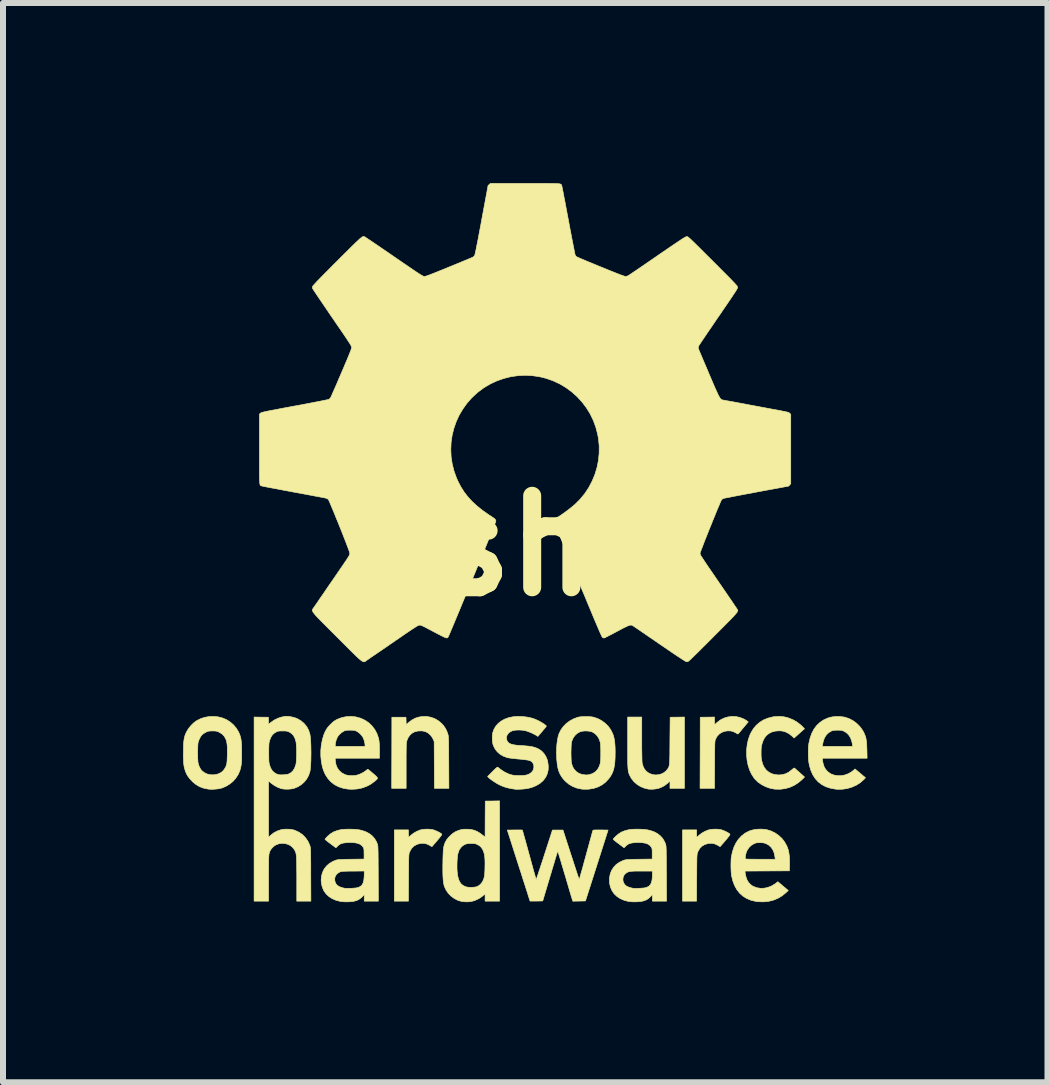
<source format=kicad_pcb>
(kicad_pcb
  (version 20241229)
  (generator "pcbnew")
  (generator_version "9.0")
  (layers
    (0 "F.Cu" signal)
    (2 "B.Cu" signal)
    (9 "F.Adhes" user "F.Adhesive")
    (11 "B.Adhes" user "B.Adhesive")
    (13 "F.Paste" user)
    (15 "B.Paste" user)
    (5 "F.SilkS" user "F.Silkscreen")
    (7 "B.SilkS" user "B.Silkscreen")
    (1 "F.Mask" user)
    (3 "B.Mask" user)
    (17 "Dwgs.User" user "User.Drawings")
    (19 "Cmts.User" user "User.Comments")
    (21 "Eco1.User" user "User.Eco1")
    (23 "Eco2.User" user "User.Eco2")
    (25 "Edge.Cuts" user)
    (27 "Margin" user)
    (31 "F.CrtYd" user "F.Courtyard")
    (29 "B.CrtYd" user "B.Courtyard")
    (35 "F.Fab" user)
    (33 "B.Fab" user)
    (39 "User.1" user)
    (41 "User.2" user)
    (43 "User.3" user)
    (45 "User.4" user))
  (footprint "oshw"
    (layer "F.Cu")
    (at 5.634 6.044)
    (property "Reference" "oshw" (at 0 0 0) (layer "F.SilkS") (effects (font (size 1.524 1.524) (thickness 0.3))))
    (attr through_hole)
    (fp_poly (pts (xy 3.574 2.843) (xy 3.64 2.857) (xy 3.698 2.88) (xy 3.723 2.892) (xy 3.745 2.906) (xy 3.761 2.916) (xy 3.762 2.917) (xy 3.781 2.932) (xy 3.699 3.03) (xy 3.674 3.06) (xy 3.652 3.087) (xy 3.633 3.109) (xy 3.62 3.124) (xy 3.613 3.132) (xy 3.613 3.133) (xy 3.606 3.132) (xy 3.592 3.126) (xy 3.581 3.119) (xy 3.538 3.096) (xy 3.494 3.083) (xy 3.444 3.081) (xy 3.436 3.081) (xy 3.382 3.09) (xy 3.334 3.109) (xy 3.292 3.139) (xy 3.259 3.177) (xy 3.237 3.219) (xy 3.234 3.226) (xy 3.232 3.233) (xy 3.229 3.242) (xy 3.228 3.252) (xy 3.226 3.265) (xy 3.225 3.282) (xy 3.224 3.304) (xy 3.223 3.332) (xy 3.223 3.367) (xy 3.222 3.41) (xy 3.222 3.462) (xy 3.221 3.524) (xy 3.221 3.598) (xy 3.221 3.646) (xy 3.219 4.039) (xy 2.978 4.039) (xy 2.98 3.446) (xy 2.981 2.854) (xy 3.1 2.853) (xy 3.219 2.851) (xy 3.219 2.979) (xy 3.262 2.941) (xy 3.316 2.9) (xy 3.377 2.869) (xy 3.441 2.85) (xy 3.507 2.841) (xy 3.574 2.843)) (stroke (width 0.01) (type solid)) (fill yes) (layer "F.SilkS"))
    (fp_poly (pts (xy -1.543 4.719) (xy -1.5 4.723) (xy -1.471 4.728) (xy -1.447 4.736) (xy -1.42 4.747) (xy -1.391 4.76) (xy -1.364 4.774) (xy -1.342 4.787) (xy -1.328 4.798) (xy -1.325 4.801) (xy -1.324 4.807) (xy -1.328 4.815) (xy -1.336 4.828) (xy -1.35 4.847) (xy -1.37 4.872) (xy -1.398 4.905) (xy -1.403 4.911) (xy -1.428 4.941) (xy -1.451 4.967) (xy -1.469 4.988) (xy -1.482 5.003) (xy -1.488 5.01) (xy -1.489 5.01) (xy -1.495 5.007) (xy -1.509 4.999) (xy -1.527 4.988) (xy -1.574 4.966) (xy -1.622 4.955) (xy -1.672 4.956) (xy -1.697 4.96) (xy -1.748 4.977) (xy -1.791 5.003) (xy -1.827 5.039) (xy -1.854 5.086) (xy -1.864 5.109) (xy -1.867 5.116) (xy -1.869 5.124) (xy -1.87 5.134) (xy -1.872 5.148) (xy -1.873 5.165) (xy -1.874 5.187) (xy -1.875 5.216) (xy -1.876 5.251) (xy -1.876 5.295) (xy -1.877 5.348) (xy -1.877 5.411) (xy -1.878 5.485) (xy -1.878 5.529) (xy -1.88 5.918) (xy -2.115 5.918) (xy -2.115 4.731) (xy -1.88 4.731) (xy -1.88 4.791) (xy -1.879 4.817) (xy -1.878 4.837) (xy -1.877 4.849) (xy -1.876 4.851) (xy -1.87 4.847) (xy -1.857 4.837) (xy -1.839 4.821) (xy -1.834 4.817) (xy -1.794 4.786) (xy -1.746 4.758) (xy -1.695 4.736) (xy -1.667 4.728) (xy -1.631 4.722) (xy -1.588 4.719) (xy -1.543 4.719)) (stroke (width 0.01) (type solid)) (fill yes) (layer "F.SilkS"))
    (fp_poly (pts (xy 3.258 4.719) (xy 3.301 4.723) (xy 3.33 4.728) (xy 3.353 4.736) (xy 3.381 4.747) (xy 3.41 4.76) (xy 3.436 4.774) (xy 3.458 4.787) (xy 3.473 4.798) (xy 3.475 4.801) (xy 3.476 4.807) (xy 3.473 4.815) (xy 3.465 4.828) (xy 3.451 4.847) (xy 3.431 4.872) (xy 3.403 4.905) (xy 3.398 4.911) (xy 3.373 4.941) (xy 3.35 4.967) (xy 3.332 4.988) (xy 3.319 5.003) (xy 3.312 5.01) (xy 3.312 5.01) (xy 3.306 5.007) (xy 3.292 4.999) (xy 3.274 4.988) (xy 3.227 4.966) (xy 3.179 4.955) (xy 3.129 4.956) (xy 3.104 4.96) (xy 3.053 4.977) (xy 3.009 5.003) (xy 2.974 5.039) (xy 2.946 5.086) (xy 2.937 5.109) (xy 2.934 5.116) (xy 2.932 5.124) (xy 2.93 5.134) (xy 2.929 5.148) (xy 2.927 5.165) (xy 2.926 5.187) (xy 2.925 5.216) (xy 2.925 5.251) (xy 2.924 5.295) (xy 2.924 5.348) (xy 2.923 5.411) (xy 2.923 5.485) (xy 2.922 5.529) (xy 2.92 5.918) (xy 2.686 5.918) (xy 2.686 4.731) (xy 2.921 4.731) (xy 2.921 4.791) (xy 2.921 4.817) (xy 2.922 4.837) (xy 2.924 4.849) (xy 2.925 4.851) (xy 2.931 4.847) (xy 2.944 4.837) (xy 2.961 4.821) (xy 2.966 4.817) (xy 3.006 4.786) (xy 3.055 4.758) (xy 3.106 4.736) (xy 3.133 4.728) (xy 3.169 4.722) (xy 3.213 4.719) (xy 3.258 4.719)) (stroke (width 0.01) (type solid)) (fill yes) (layer "F.SilkS"))
    (fp_poly (pts (xy -1.57 2.842) (xy -1.505 2.855) (xy -1.443 2.877) (xy -1.384 2.911) (xy -1.331 2.955) (xy -1.327 2.958) (xy -1.288 3.003) (xy -1.259 3.048) (xy -1.236 3.098) (xy -1.225 3.131) (xy -1.222 3.14) (xy -1.219 3.149) (xy -1.217 3.159) (xy -1.216 3.171) (xy -1.214 3.185) (xy -1.213 3.203) (xy -1.212 3.226) (xy -1.211 3.255) (xy -1.21 3.29) (xy -1.21 3.332) (xy -1.209 3.384) (xy -1.209 3.444) (xy -1.209 3.516) (xy -1.208 3.599) (xy -1.208 3.608) (xy -1.206 4.039) (xy -1.447 4.039) (xy -1.449 3.65) (xy -1.451 3.261) (xy -1.466 3.224) (xy -1.479 3.199) (xy -1.497 3.171) (xy -1.512 3.153) (xy -1.55 3.119) (xy -1.591 3.096) (xy -1.639 3.084) (xy -1.658 3.082) (xy -1.717 3.083) (xy -1.769 3.094) (xy -1.814 3.116) (xy -1.852 3.149) (xy -1.883 3.191) (xy -1.905 3.242) (xy -1.905 3.244) (xy -1.908 3.253) (xy -1.91 3.262) (xy -1.912 3.273) (xy -1.913 3.287) (xy -1.915 3.304) (xy -1.916 3.325) (xy -1.916 3.353) (xy -1.917 3.387) (xy -1.917 3.429) (xy -1.918 3.48) (xy -1.918 3.541) (xy -1.918 3.612) (xy -1.918 3.661) (xy -1.918 4.039) (xy -2.159 4.039) (xy -2.157 3.446) (xy -2.156 2.854) (xy -1.921 2.854) (xy -1.919 2.917) (xy -1.917 2.979) (xy -1.876 2.941) (xy -1.822 2.9) (xy -1.763 2.869) (xy -1.7 2.85) (xy -1.635 2.841) (xy -1.57 2.842)) (stroke (width 0.01) (type solid)) (fill yes) (layer "F.SilkS"))
    (fp_poly (pts (xy 2.718 4.039) (xy 2.477 4.039) (xy 2.477 3.916) (xy 2.436 3.955) (xy 2.384 3.995) (xy 2.326 4.025) (xy 2.279 4.041) (xy 2.242 4.048) (xy 2.2 4.053) (xy 2.159 4.054) (xy 2.124 4.052) (xy 2.118 4.052) (xy 2.049 4.035) (xy 1.984 4.008) (xy 1.927 3.972) (xy 1.877 3.928) (xy 1.836 3.877) (xy 1.821 3.85) (xy 1.811 3.832) (xy 1.803 3.816) (xy 1.797 3.801) (xy 1.791 3.785) (xy 1.786 3.768) (xy 1.782 3.748) (xy 1.779 3.725) (xy 1.777 3.697) (xy 1.775 3.664) (xy 1.773 3.624) (xy 1.773 3.577) (xy 1.772 3.521) (xy 1.772 3.456) (xy 1.772 3.38) (xy 1.772 3.293) (xy 1.772 3.279) (xy 1.772 2.851) (xy 2.007 2.851) (xy 2.007 3.212) (xy 2.007 3.292) (xy 2.007 3.365) (xy 2.008 3.431) (xy 2.009 3.488) (xy 2.01 3.536) (xy 2.011 3.574) (xy 2.012 3.6) (xy 2.013 3.613) (xy 2.028 3.669) (xy 2.051 3.717) (xy 2.084 3.756) (xy 2.126 3.786) (xy 2.136 3.791) (xy 2.185 3.809) (xy 2.236 3.816) (xy 2.286 3.812) (xy 2.334 3.799) (xy 2.378 3.777) (xy 2.415 3.745) (xy 2.427 3.731) (xy 2.436 3.719) (xy 2.444 3.708) (xy 2.451 3.698) (xy 2.456 3.687) (xy 2.461 3.674) (xy 2.464 3.658) (xy 2.467 3.639) (xy 2.47 3.614) (xy 2.472 3.584) (xy 2.473 3.547) (xy 2.474 3.502) (xy 2.475 3.449) (xy 2.475 3.385) (xy 2.476 3.31) (xy 2.476 3.248) (xy 2.48 2.854) (xy 2.599 2.853) (xy 2.718 2.851) (xy 2.718 4.039)) (stroke (width 0.01) (type solid)) (fill yes) (layer "F.SilkS"))
    (fp_poly (pts (xy 4.376 2.847) (xy 4.454 2.867) (xy 4.529 2.898) (xy 4.599 2.939) (xy 4.665 2.992) (xy 4.688 3.015) (xy 4.718 3.046) (xy 4.632 3.123) (xy 4.545 3.201) (xy 4.514 3.172) (xy 4.462 3.13) (xy 4.407 3.101) (xy 4.35 3.084) (xy 4.299 3.08) (xy 4.233 3.085) (xy 4.175 3.1) (xy 4.125 3.125) (xy 4.082 3.16) (xy 4.048 3.205) (xy 4.022 3.26) (xy 4.004 3.322) (xy 3.998 3.362) (xy 3.995 3.41) (xy 3.995 3.461) (xy 3.996 3.512) (xy 4.001 3.556) (xy 4.004 3.572) (xy 4.021 3.635) (xy 4.047 3.689) (xy 4.081 3.734) (xy 4.123 3.769) (xy 4.173 3.795) (xy 4.215 3.807) (xy 4.281 3.816) (xy 4.343 3.812) (xy 4.401 3.797) (xy 4.455 3.77) (xy 4.506 3.73) (xy 4.509 3.728) (xy 4.526 3.713) (xy 4.54 3.703) (xy 4.549 3.7) (xy 4.549 3.7) (xy 4.556 3.706) (xy 4.571 3.718) (xy 4.591 3.736) (xy 4.616 3.758) (xy 4.637 3.777) (xy 4.719 3.85) (xy 4.682 3.888) (xy 4.619 3.942) (xy 4.55 3.987) (xy 4.476 4.021) (xy 4.398 4.043) (xy 4.318 4.054) (xy 4.237 4.053) (xy 4.213 4.051) (xy 4.139 4.036) (xy 4.068 4.01) (xy 4.002 3.976) (xy 3.943 3.935) (xy 3.893 3.886) (xy 3.877 3.866) (xy 3.835 3.801) (xy 3.802 3.729) (xy 3.777 3.65) (xy 3.761 3.566) (xy 3.753 3.481) (xy 3.754 3.394) (xy 3.764 3.308) (xy 3.782 3.225) (xy 3.81 3.147) (xy 3.822 3.121) (xy 3.863 3.051) (xy 3.912 2.991) (xy 3.969 2.941) (xy 4.034 2.9) (xy 4.107 2.87) (xy 4.187 2.849) (xy 4.216 2.845) (xy 4.297 2.84) (xy 4.376 2.847)) (stroke (width 0.01) (type solid)) (fill yes) (layer "F.SilkS"))
    (fp_poly (pts (xy 5.341 2.846) (xy 5.386 2.853) (xy 5.388 2.853) (xy 5.46 2.877) (xy 5.527 2.912) (xy 5.588 2.957) (xy 5.641 3.01) (xy 5.685 3.071) (xy 5.706 3.108) (xy 5.72 3.14) (xy 5.732 3.17) (xy 5.741 3.202) (xy 5.747 3.236) (xy 5.752 3.275) (xy 5.755 3.323) (xy 5.757 3.38) (xy 5.758 3.396) (xy 5.761 3.537) (xy 5.016 3.537) (xy 5.017 3.554) (xy 5.019 3.581) (xy 5.026 3.615) (xy 5.035 3.649) (xy 5.046 3.68) (xy 5.053 3.694) (xy 5.075 3.728) (xy 5.106 3.761) (xy 5.141 3.788) (xy 5.157 3.798) (xy 5.211 3.818) (xy 5.269 3.828) (xy 5.329 3.828) (xy 5.388 3.817) (xy 5.446 3.796) (xy 5.499 3.766) (xy 5.529 3.743) (xy 5.56 3.716) (xy 5.734 3.863) (xy 5.704 3.894) (xy 5.646 3.945) (xy 5.58 3.987) (xy 5.507 4.019) (xy 5.43 4.042) (xy 5.349 4.054) (xy 5.267 4.055) (xy 5.226 4.051) (xy 5.144 4.035) (xy 5.07 4.01) (xy 5.004 3.975) (xy 4.946 3.93) (xy 4.897 3.876) (xy 4.856 3.813) (xy 4.824 3.74) (xy 4.8 3.658) (xy 4.791 3.61) (xy 4.786 3.57) (xy 4.783 3.52) (xy 4.782 3.466) (xy 4.782 3.411) (xy 4.784 3.358) (xy 4.786 3.34) (xy 5.015 3.34) (xy 5.518 3.34) (xy 5.518 3.326) (xy 5.515 3.299) (xy 5.508 3.265) (xy 5.497 3.23) (xy 5.485 3.199) (xy 5.479 3.187) (xy 5.45 3.144) (xy 5.412 3.109) (xy 5.373 3.087) (xy 5.355 3.079) (xy 5.339 3.074) (xy 5.321 3.072) (xy 5.297 3.07) (xy 5.267 3.07) (xy 5.234 3.071) (xy 5.21 3.072) (xy 5.191 3.075) (xy 5.175 3.081) (xy 5.167 3.084) (xy 5.12 3.112) (xy 5.082 3.149) (xy 5.053 3.194) (xy 5.032 3.249) (xy 5.02 3.307) (xy 5.015 3.34) (xy 4.786 3.34) (xy 4.788 3.311) (xy 4.791 3.289) (xy 4.811 3.202) (xy 4.839 3.123) (xy 4.875 3.054) (xy 4.92 2.993) (xy 4.974 2.942) (xy 5.035 2.9) (xy 5.104 2.869) (xy 5.141 2.857) (xy 5.184 2.848) (xy 5.235 2.843) (xy 5.289 2.842) (xy 5.341 2.846)) (stroke (width 0.01) (type solid)) (fill yes) (layer "F.SilkS"))
    (fp_poly (pts (xy 4.045 4.721) (xy 4.087 4.727) (xy 4.16 4.749) (xy 4.228 4.782) (xy 4.289 4.825) (xy 4.344 4.876) (xy 4.389 4.936) (xy 4.425 5.002) (xy 4.447 5.062) (xy 4.458 5.113) (xy 4.466 5.173) (xy 4.469 5.244) (xy 4.469 5.309) (xy 4.467 5.413) (xy 4.097 5.415) (xy 3.727 5.417) (xy 3.728 5.431) (xy 3.73 5.453) (xy 3.736 5.483) (xy 3.744 5.516) (xy 3.754 5.546) (xy 3.762 5.566) (xy 3.784 5.603) (xy 3.815 5.637) (xy 3.851 5.665) (xy 3.865 5.672) (xy 3.922 5.694) (xy 3.982 5.704) (xy 4.044 5.703) (xy 4.105 5.69) (xy 4.166 5.667) (xy 4.223 5.633) (xy 4.241 5.62) (xy 4.274 5.594) (xy 4.347 5.656) (xy 4.374 5.679) (xy 4.399 5.699) (xy 4.418 5.716) (xy 4.431 5.727) (xy 4.434 5.729) (xy 4.448 5.74) (xy 4.41 5.776) (xy 4.345 5.829) (xy 4.275 5.871) (xy 4.198 5.902) (xy 4.117 5.922) (xy 4.033 5.93) (xy 3.944 5.927) (xy 3.901 5.921) (xy 3.823 5.902) (xy 3.754 5.873) (xy 3.692 5.834) (xy 3.638 5.786) (xy 3.592 5.728) (xy 3.554 5.66) (xy 3.525 5.584) (xy 3.504 5.499) (xy 3.502 5.486) (xy 3.498 5.45) (xy 3.495 5.405) (xy 3.493 5.355) (xy 3.493 5.304) (xy 3.494 5.255) (xy 3.496 5.212) (xy 3.497 5.207) (xy 3.73 5.207) (xy 3.731 5.214) (xy 3.738 5.215) (xy 3.757 5.217) (xy 3.787 5.218) (xy 3.827 5.219) (xy 3.875 5.219) (xy 3.932 5.22) (xy 3.983 5.22) (xy 4.231 5.22) (xy 4.226 5.182) (xy 4.214 5.12) (xy 4.193 5.067) (xy 4.163 5.022) (xy 4.124 4.986) (xy 4.076 4.959) (xy 4.067 4.956) (xy 4.043 4.949) (xy 4.015 4.945) (xy 3.977 4.944) (xy 3.975 4.944) (xy 3.944 4.944) (xy 3.922 4.946) (xy 3.903 4.951) (xy 3.884 4.958) (xy 3.877 4.961) (xy 3.829 4.99) (xy 3.791 5.028) (xy 3.761 5.075) (xy 3.751 5.097) (xy 3.745 5.117) (xy 3.739 5.141) (xy 3.734 5.167) (xy 3.731 5.19) (xy 3.73 5.207) (xy 3.497 5.207) (xy 3.499 5.185) (xy 3.517 5.098) (xy 3.543 5.018) (xy 3.578 4.946) (xy 3.62 4.884) (xy 3.671 4.83) (xy 3.728 4.786) (xy 3.793 4.752) (xy 3.823 4.741) (xy 3.873 4.728) (xy 3.929 4.72) (xy 3.988 4.718) (xy 4.045 4.721)) (stroke (width 0.01) (type solid)) (fill yes) (layer "F.SilkS"))
    (fp_poly (pts (xy -2.759 2.848) (xy -2.682 2.869) (xy -2.67 2.873) (xy -2.601 2.906) (xy -2.54 2.948) (xy -2.486 3) (xy -2.441 3.059) (xy -2.405 3.126) (xy -2.38 3.198) (xy -2.371 3.239) (xy -2.368 3.265) (xy -2.365 3.301) (xy -2.363 3.346) (xy -2.362 3.396) (xy -2.362 3.412) (xy -2.362 3.537) (xy -3.101 3.537) (xy -3.097 3.583) (xy -3.087 3.643) (xy -3.067 3.695) (xy -3.036 3.74) (xy -2.996 3.777) (xy -2.947 3.805) (xy -2.933 3.811) (xy -2.898 3.821) (xy -2.856 3.826) (xy -2.811 3.828) (xy -2.769 3.825) (xy -2.755 3.823) (xy -2.712 3.811) (xy -2.666 3.792) (xy -2.622 3.768) (xy -2.593 3.747) (xy -2.576 3.734) (xy -2.562 3.724) (xy -2.556 3.721) (xy -2.55 3.725) (xy -2.536 3.736) (xy -2.516 3.752) (xy -2.491 3.773) (xy -2.47 3.791) (xy -2.438 3.818) (xy -2.416 3.839) (xy -2.402 3.854) (xy -2.396 3.866) (xy -2.397 3.877) (xy -2.406 3.889) (xy -2.421 3.903) (xy -2.437 3.917) (xy -2.504 3.967) (xy -2.577 4.006) (xy -2.656 4.034) (xy -2.739 4.05) (xy -2.825 4.055) (xy -2.892 4.051) (xy -2.973 4.036) (xy -3.047 4.011) (xy -3.113 3.976) (xy -3.171 3.931) (xy -3.221 3.876) (xy -3.263 3.812) (xy -3.295 3.74) (xy -3.314 3.68) (xy -3.331 3.591) (xy -3.34 3.5) (xy -3.34 3.408) (xy -3.331 3.317) (xy -3.331 3.316) (xy -3.099 3.316) (xy -3.099 3.34) (xy -2.603 3.34) (xy -2.603 3.316) (xy -2.606 3.287) (xy -2.614 3.253) (xy -2.625 3.218) (xy -2.636 3.193) (xy -2.658 3.159) (xy -2.689 3.126) (xy -2.723 3.099) (xy -2.742 3.088) (xy -2.759 3.08) (xy -2.774 3.075) (xy -2.791 3.072) (xy -2.813 3.071) (xy -2.843 3.07) (xy -2.851 3.07) (xy -2.884 3.07) (xy -2.907 3.072) (xy -2.925 3.074) (xy -2.94 3.079) (xy -2.956 3.086) (xy -2.96 3.088) (xy -2.994 3.11) (xy -3.027 3.139) (xy -3.055 3.173) (xy -3.066 3.193) (xy -3.079 3.223) (xy -3.09 3.258) (xy -3.097 3.292) (xy -3.099 3.316) (xy -3.331 3.316) (xy -3.314 3.23) (xy -3.29 3.148) (xy -3.266 3.092) (xy -3.25 3.063) (xy -3.235 3.039) (xy -3.218 3.016) (xy -3.195 2.991) (xy -3.178 2.974) (xy -3.151 2.947) (xy -3.128 2.927) (xy -3.106 2.912) (xy -3.083 2.898) (xy -3.067 2.89) (xy -2.993 2.861) (xy -2.916 2.845) (xy -2.838 2.84) (xy -2.759 2.848)) (stroke (width 0.01) (type solid)) (fill yes) (layer "F.SilkS"))
    (fp_poly (pts (xy 1.123 2.844) (xy 1.167 2.847) (xy 1.202 2.853) (xy 1.202 2.853) (xy 1.272 2.876) (xy 1.337 2.91) (xy 1.395 2.953) (xy 1.447 3.003) (xy 1.489 3.061) (xy 1.521 3.124) (xy 1.533 3.156) (xy 1.544 3.196) (xy 1.552 3.239) (xy 1.558 3.286) (xy 1.562 3.34) (xy 1.564 3.403) (xy 1.564 3.448) (xy 1.563 3.528) (xy 1.559 3.597) (xy 1.552 3.656) (xy 1.542 3.708) (xy 1.528 3.755) (xy 1.51 3.797) (xy 1.488 3.836) (xy 1.46 3.875) (xy 1.456 3.88) (xy 1.404 3.936) (xy 1.345 3.981) (xy 1.28 4.015) (xy 1.208 4.039) (xy 1.129 4.052) (xy 1.104 4.054) (xy 1.072 4.054) (xy 1.038 4.054) (xy 1.01 4.052) (xy 1.004 4.051) (xy 0.927 4.035) (xy 0.857 4.008) (xy 0.794 3.971) (xy 0.736 3.922) (xy 0.703 3.887) (xy 0.672 3.846) (xy 0.646 3.802) (xy 0.626 3.755) (xy 0.61 3.701) (xy 0.599 3.639) (xy 0.592 3.567) (xy 0.59 3.546) (xy 0.587 3.463) (xy 0.587 3.449) (xy 0.828 3.449) (xy 0.829 3.495) (xy 0.83 3.538) (xy 0.832 3.576) (xy 0.835 3.606) (xy 0.837 3.623) (xy 0.855 3.678) (xy 0.883 3.725) (xy 0.919 3.762) (xy 0.962 3.79) (xy 1.013 3.808) (xy 1.07 3.815) (xy 1.073 3.816) (xy 1.099 3.815) (xy 1.126 3.812) (xy 1.136 3.81) (xy 1.188 3.792) (xy 1.233 3.764) (xy 1.269 3.727) (xy 1.296 3.68) (xy 1.315 3.626) (xy 1.318 3.605) (xy 1.321 3.575) (xy 1.323 3.536) (xy 1.324 3.493) (xy 1.324 3.447) (xy 1.324 3.402) (xy 1.323 3.358) (xy 1.321 3.32) (xy 1.318 3.29) (xy 1.315 3.27) (xy 1.296 3.216) (xy 1.269 3.17) (xy 1.233 3.132) (xy 1.191 3.104) (xy 1.176 3.098) (xy 1.139 3.088) (xy 1.095 3.083) (xy 1.05 3.083) (xy 1.007 3.089) (xy 0.977 3.098) (xy 0.933 3.122) (xy 0.895 3.157) (xy 0.864 3.2) (xy 0.842 3.252) (xy 0.837 3.27) (xy 0.834 3.291) (xy 0.832 3.322) (xy 0.83 3.36) (xy 0.829 3.403) (xy 0.828 3.449) (xy 0.587 3.449) (xy 0.588 3.383) (xy 0.593 3.307) (xy 0.602 3.237) (xy 0.614 3.176) (xy 0.628 3.13) (xy 0.658 3.069) (xy 0.697 3.013) (xy 0.746 2.962) (xy 0.803 2.919) (xy 0.865 2.884) (xy 0.932 2.858) (xy 0.95 2.853) (xy 0.985 2.847) (xy 1.029 2.844) (xy 1.076 2.843) (xy 1.123 2.844)) (stroke (width 0.01) (type solid)) (fill yes) (layer "F.SilkS"))
    (fp_poly (pts (xy -0.362 5.918) (xy -0.603 5.918) (xy -0.603 5.797) (xy -0.64 5.829) (xy -0.679 5.859) (xy -0.726 5.886) (xy -0.776 5.908) (xy -0.822 5.921) (xy -0.877 5.929) (xy -0.936 5.929) (xy -0.991 5.923) (xy -1.002 5.921) (xy -1.062 5.902) (xy -1.119 5.872) (xy -1.171 5.833) (xy -1.217 5.786) (xy -1.253 5.733) (xy -1.28 5.676) (xy -1.285 5.66) (xy -1.292 5.63) (xy -1.298 5.594) (xy -1.302 5.551) (xy -1.305 5.5) (xy -1.307 5.439) (xy -1.307 5.368) (xy -1.307 5.316) (xy -1.071 5.316) (xy -1.071 5.367) (xy -1.069 5.413) (xy -1.067 5.434) (xy -1.059 5.498) (xy -1.046 5.55) (xy -1.028 5.593) (xy -1.005 5.627) (xy -0.976 5.653) (xy -0.94 5.672) (xy -0.926 5.678) (xy -0.896 5.685) (xy -0.859 5.688) (xy -0.819 5.688) (xy -0.78 5.685) (xy -0.747 5.679) (xy -0.73 5.673) (xy -0.696 5.651) (xy -0.665 5.621) (xy -0.642 5.586) (xy -0.641 5.584) (xy -0.631 5.561) (xy -0.623 5.54) (xy -0.617 5.517) (xy -0.612 5.49) (xy -0.609 5.458) (xy -0.607 5.419) (xy -0.605 5.369) (xy -0.605 5.35) (xy -0.604 5.286) (xy -0.605 5.233) (xy -0.608 5.188) (xy -0.613 5.151) (xy -0.62 5.118) (xy -0.63 5.089) (xy -0.641 5.063) (xy -0.661 5.03) (xy -0.685 5.004) (xy -0.716 4.983) (xy -0.737 4.973) (xy -0.755 4.965) (xy -0.772 4.96) (xy -0.792 4.958) (xy -0.819 4.957) (xy -0.835 4.957) (xy -0.87 4.958) (xy -0.897 4.961) (xy -0.92 4.966) (xy -0.934 4.971) (xy -0.975 4.994) (xy -1.009 5.027) (xy -1.036 5.069) (xy -1.054 5.122) (xy -1.058 5.136) (xy -1.063 5.171) (xy -1.067 5.215) (xy -1.07 5.264) (xy -1.071 5.316) (xy -1.307 5.316) (xy -1.306 5.286) (xy -1.306 5.272) (xy -1.305 5.205) (xy -1.303 5.15) (xy -1.301 5.103) (xy -1.299 5.065) (xy -1.295 5.033) (xy -1.29 5.006) (xy -1.284 4.983) (xy -1.276 4.96) (xy -1.267 4.938) (xy -1.262 4.928) (xy -1.241 4.892) (xy -1.211 4.855) (xy -1.175 4.819) (xy -1.137 4.787) (xy -1.099 4.763) (xy -1.094 4.76) (xy -1.047 4.74) (xy -1.003 4.727) (xy -0.955 4.72) (xy -0.901 4.72) (xy -0.892 4.72) (xy -0.835 4.725) (xy -0.784 4.737) (xy -0.736 4.757) (xy -0.688 4.786) (xy -0.637 4.824) (xy -0.633 4.827) (xy -0.603 4.852) (xy -0.602 4.552) (xy -0.6 4.251) (xy -0.481 4.25) (xy -0.362 4.248) (xy -0.362 5.918)) (stroke (width 0.01) (type solid)) (fill yes) (layer "F.SilkS"))
    (fp_poly (pts (xy -0.01 4.732) (xy 0.009 4.733) (xy 0.017 4.733) (xy 0.018 4.734) (xy 0.02 4.74) (xy 0.025 4.758) (xy 0.033 4.786) (xy 0.043 4.823) (xy 0.056 4.868) (xy 0.071 4.921) (xy 0.087 4.98) (xy 0.105 5.044) (xy 0.123 5.112) (xy 0.133 5.146) (xy 0.152 5.216) (xy 0.17 5.282) (xy 0.187 5.343) (xy 0.202 5.399) (xy 0.216 5.448) (xy 0.228 5.489) (xy 0.237 5.522) (xy 0.244 5.545) (xy 0.247 5.557) (xy 0.248 5.559) (xy 0.25 5.553) (xy 0.256 5.537) (xy 0.265 5.51) (xy 0.278 5.474) (xy 0.292 5.43) (xy 0.309 5.379) (xy 0.328 5.321) (xy 0.349 5.259) (xy 0.371 5.191) (xy 0.385 5.148) (xy 0.519 4.734) (xy 0.695 4.734) (xy 0.828 5.145) (xy 0.851 5.214) (xy 0.872 5.28) (xy 0.892 5.341) (xy 0.91 5.396) (xy 0.926 5.445) (xy 0.94 5.486) (xy 0.951 5.519) (xy 0.959 5.542) (xy 0.964 5.554) (xy 0.965 5.556) (xy 0.967 5.55) (xy 0.973 5.533) (xy 0.981 5.506) (xy 0.991 5.469) (xy 1.004 5.424) (xy 1.019 5.372) (xy 1.035 5.313) (xy 1.052 5.25) (xy 1.071 5.182) (xy 1.08 5.149) (xy 1.099 5.08) (xy 1.117 5.014) (xy 1.134 4.952) (xy 1.149 4.897) (xy 1.163 4.848) (xy 1.174 4.806) (xy 1.183 4.773) (xy 1.19 4.75) (xy 1.194 4.738) (xy 1.194 4.737) (xy 1.202 4.735) (xy 1.22 4.733) (xy 1.249 4.732) (xy 1.286 4.732) (xy 1.322 4.732) (xy 1.446 4.734) (xy 1.258 5.324) (xy 1.069 5.915) (xy 0.964 5.917) (xy 0.858 5.919) (xy 0.852 5.898) (xy 0.849 5.888) (xy 0.842 5.867) (xy 0.833 5.837) (xy 0.821 5.797) (xy 0.807 5.75) (xy 0.791 5.696) (xy 0.774 5.637) (xy 0.755 5.574) (xy 0.737 5.512) (xy 0.712 5.429) (xy 0.691 5.358) (xy 0.673 5.298) (xy 0.658 5.247) (xy 0.645 5.205) (xy 0.635 5.171) (xy 0.626 5.144) (xy 0.62 5.123) (xy 0.615 5.109) (xy 0.612 5.098) (xy 0.609 5.092) (xy 0.608 5.089) (xy 0.606 5.088) (xy 0.606 5.088) (xy 0.603 5.095) (xy 0.598 5.112) (xy 0.589 5.14) (xy 0.578 5.177) (xy 0.564 5.222) (xy 0.549 5.274) (xy 0.531 5.333) (xy 0.512 5.396) (xy 0.492 5.464) (xy 0.48 5.503) (xy 0.357 5.915) (xy 0.251 5.917) (xy 0.216 5.917) (xy 0.186 5.917) (xy 0.163 5.917) (xy 0.149 5.917) (xy 0.146 5.917) (xy 0.144 5.911) (xy 0.138 5.893) (xy 0.129 5.865) (xy 0.117 5.828) (xy 0.103 5.781) (xy 0.085 5.727) (xy 0.066 5.666) (xy 0.044 5.598) (xy 0.02 5.525) (xy -0.004 5.447) (xy -0.031 5.365) (xy -0.044 5.324) (xy -0.233 4.734) (xy -0.109 4.732) (xy -0.071 4.732) (xy -0.037 4.732) (xy -0.01 4.732)) (stroke (width 0.01) (type solid)) (fill yes) (layer "F.SilkS"))
    (fp_poly (pts (xy -5.045 2.849) (xy -4.973 2.868) (xy -4.908 2.896) (xy -4.848 2.935) (xy -4.793 2.983) (xy -4.747 3.038) (xy -4.71 3.099) (xy -4.699 3.123) (xy -4.687 3.153) (xy -4.678 3.184) (xy -4.67 3.217) (xy -4.665 3.253) (xy -4.661 3.296) (xy -4.659 3.346) (xy -4.658 3.406) (xy -4.658 3.442) (xy -4.658 3.504) (xy -4.659 3.555) (xy -4.661 3.598) (xy -4.664 3.634) (xy -4.669 3.667) (xy -4.675 3.696) (xy -4.683 3.726) (xy -4.69 3.749) (xy -4.717 3.81) (xy -4.755 3.868) (xy -4.801 3.921) (xy -4.856 3.966) (xy -4.916 4.003) (xy -4.98 4.031) (xy -5.007 4.038) (xy -5.048 4.047) (xy -5.097 4.052) (xy -5.146 4.055) (xy -5.193 4.054) (xy -5.218 4.051) (xy -5.292 4.036) (xy -5.359 4.011) (xy -5.42 3.975) (xy -5.477 3.928) (xy -5.486 3.918) (xy -5.525 3.876) (xy -5.555 3.836) (xy -5.578 3.796) (xy -5.596 3.751) (xy -5.597 3.749) (xy -5.606 3.719) (xy -5.614 3.691) (xy -5.619 3.662) (xy -5.624 3.63) (xy -5.626 3.594) (xy -5.628 3.55) (xy -5.629 3.498) (xy -5.629 3.454) (xy -5.391 3.454) (xy -5.391 3.498) (xy -5.39 3.539) (xy -5.388 3.573) (xy -5.386 3.6) (xy -5.385 3.609) (xy -5.376 3.646) (xy -5.361 3.684) (xy -5.342 3.719) (xy -5.321 3.745) (xy -5.321 3.745) (xy -5.281 3.777) (xy -5.233 3.8) (xy -5.182 3.812) (xy -5.128 3.814) (xy -5.075 3.806) (xy -5.044 3.796) (xy -5.008 3.779) (xy -4.981 3.76) (xy -4.957 3.734) (xy -4.944 3.715) (xy -4.931 3.695) (xy -4.921 3.675) (xy -4.913 3.655) (xy -4.907 3.632) (xy -4.903 3.604) (xy -4.9 3.57) (xy -4.899 3.526) (xy -4.897 3.475) (xy -4.897 3.415) (xy -4.897 3.365) (xy -4.899 3.325) (xy -4.903 3.291) (xy -4.908 3.263) (xy -4.915 3.237) (xy -4.925 3.213) (xy -4.927 3.208) (xy -4.953 3.166) (xy -4.986 3.133) (xy -5.029 3.106) (xy -5.035 3.103) (xy -5.055 3.094) (xy -5.072 3.088) (xy -5.09 3.085) (xy -5.112 3.083) (xy -5.143 3.083) (xy -5.144 3.083) (xy -5.175 3.083) (xy -5.197 3.085) (xy -5.215 3.088) (xy -5.232 3.094) (xy -5.252 3.103) (xy -5.252 3.103) (xy -5.277 3.117) (xy -5.302 3.133) (xy -5.318 3.147) (xy -5.34 3.175) (xy -5.36 3.211) (xy -5.376 3.25) (xy -5.385 3.282) (xy -5.387 3.302) (xy -5.389 3.331) (xy -5.39 3.369) (xy -5.391 3.41) (xy -5.391 3.454) (xy -5.629 3.454) (xy -5.629 3.442) (xy -5.628 3.375) (xy -5.627 3.318) (xy -5.624 3.271) (xy -5.619 3.231) (xy -5.612 3.195) (xy -5.604 3.163) (xy -5.592 3.132) (xy -5.578 3.101) (xy -5.575 3.096) (xy -5.546 3.047) (xy -5.508 2.999) (xy -5.465 2.955) (xy -5.419 2.919) (xy -5.408 2.912) (xy -5.343 2.879) (xy -5.273 2.856) (xy -5.198 2.843) (xy -5.121 2.841) (xy -5.045 2.849)) (stroke (width 0.01) (type solid)) (fill yes) (layer "F.SilkS"))
    (fp_poly (pts (xy 1.989 4.72) (xy 2.044 4.723) (xy 2.094 4.729) (xy 2.133 4.737) (xy 2.204 4.759) (xy 2.264 4.79) (xy 2.314 4.828) (xy 2.356 4.874) (xy 2.388 4.929) (xy 2.405 4.97) (xy 2.407 4.977) (xy 2.409 4.986) (xy 2.41 4.997) (xy 2.412 5.012) (xy 2.413 5.032) (xy 2.414 5.057) (xy 2.415 5.088) (xy 2.415 5.127) (xy 2.416 5.174) (xy 2.416 5.23) (xy 2.417 5.296) (xy 2.417 5.372) (xy 2.418 5.459) (xy 2.42 5.918) (xy 2.184 5.918) (xy 2.184 5.809) (xy 2.152 5.844) (xy 2.117 5.876) (xy 2.077 5.9) (xy 2.029 5.916) (xy 2.003 5.922) (xy 1.957 5.927) (xy 1.904 5.93) (xy 1.851 5.929) (xy 1.802 5.925) (xy 1.781 5.922) (xy 1.71 5.903) (xy 1.647 5.875) (xy 1.593 5.839) (xy 1.547 5.796) (xy 1.512 5.744) (xy 1.486 5.686) (xy 1.471 5.622) (xy 1.469 5.597) (xy 1.469 5.547) (xy 1.693 5.547) (xy 1.695 5.583) (xy 1.707 5.617) (xy 1.729 5.647) (xy 1.749 5.665) (xy 1.774 5.678) (xy 1.807 5.69) (xy 1.844 5.7) (xy 1.87 5.705) (xy 1.888 5.706) (xy 1.916 5.706) (xy 1.949 5.705) (xy 1.984 5.703) (xy 2.017 5.701) (xy 2.045 5.698) (xy 2.061 5.696) (xy 2.097 5.685) (xy 2.127 5.668) (xy 2.15 5.645) (xy 2.166 5.613) (xy 2.177 5.572) (xy 2.183 5.521) (xy 2.184 5.472) (xy 2.184 5.417) (xy 2.008 5.417) (xy 1.949 5.417) (xy 1.901 5.417) (xy 1.862 5.419) (xy 1.832 5.421) (xy 1.807 5.425) (xy 1.788 5.429) (xy 1.771 5.436) (xy 1.756 5.444) (xy 1.742 5.454) (xy 1.716 5.48) (xy 1.699 5.512) (xy 1.693 5.547) (xy 1.469 5.547) (xy 1.47 5.528) (xy 1.482 5.464) (xy 1.505 5.405) (xy 1.539 5.353) (xy 1.582 5.307) (xy 1.636 5.27) (xy 1.699 5.24) (xy 1.714 5.235) (xy 1.726 5.232) (xy 1.739 5.229) (xy 1.755 5.227) (xy 1.777 5.225) (xy 1.805 5.224) (xy 1.84 5.223) (xy 1.885 5.221) (xy 1.941 5.22) (xy 1.965 5.22) (xy 2.181 5.217) (xy 2.181 5.131) (xy 2.181 5.096) (xy 2.18 5.071) (xy 2.179 5.053) (xy 2.176 5.04) (xy 2.171 5.028) (xy 2.164 5.016) (xy 2.164 5.015) (xy 2.14 4.988) (xy 2.106 4.966) (xy 2.06 4.951) (xy 2.004 4.943) (xy 1.938 4.941) (xy 1.915 4.942) (xy 1.866 4.946) (xy 1.828 4.952) (xy 1.797 4.961) (xy 1.772 4.975) (xy 1.749 4.993) (xy 1.744 4.998) (xy 1.712 5.029) (xy 1.622 4.961) (xy 1.592 4.939) (xy 1.567 4.919) (xy 1.547 4.903) (xy 1.535 4.891) (xy 1.531 4.887) (xy 1.535 4.88) (xy 1.546 4.866) (xy 1.563 4.849) (xy 1.577 4.835) (xy 1.623 4.796) (xy 1.674 4.765) (xy 1.731 4.743) (xy 1.783 4.73) (xy 1.825 4.723) (xy 1.875 4.72) (xy 1.931 4.719) (xy 1.989 4.72)) (stroke (width 0.01) (type solid)) (fill yes) (layer "F.SilkS"))
    (fp_poly (pts (xy -2.812 4.72) (xy -2.757 4.723) (xy -2.707 4.729) (xy -2.667 4.737) (xy -2.597 4.759) (xy -2.537 4.79) (xy -2.486 4.828) (xy -2.445 4.874) (xy -2.412 4.929) (xy -2.396 4.97) (xy -2.394 4.977) (xy -2.392 4.986) (xy -2.39 4.997) (xy -2.389 5.012) (xy -2.388 5.032) (xy -2.387 5.057) (xy -2.386 5.088) (xy -2.385 5.127) (xy -2.385 5.174) (xy -2.384 5.23) (xy -2.384 5.296) (xy -2.383 5.372) (xy -2.383 5.459) (xy -2.381 5.918) (xy -2.616 5.918) (xy -2.616 5.809) (xy -2.648 5.844) (xy -2.684 5.876) (xy -2.724 5.9) (xy -2.772 5.916) (xy -2.798 5.922) (xy -2.844 5.927) (xy -2.896 5.93) (xy -2.949 5.929) (xy -2.998 5.925) (xy -3.019 5.921) (xy -3.087 5.904) (xy -3.149 5.877) (xy -3.204 5.842) (xy -3.25 5.799) (xy -3.286 5.751) (xy -3.291 5.741) (xy -3.307 5.705) (xy -3.321 5.661) (xy -3.33 5.616) (xy -3.334 5.574) (xy -3.334 5.57) (xy -3.333 5.561) (xy -3.109 5.561) (xy -3.101 5.6) (xy -3.086 5.631) (xy -3.064 5.656) (xy -3.03 5.677) (xy -2.987 5.693) (xy -2.944 5.703) (xy -2.92 5.705) (xy -2.887 5.705) (xy -2.85 5.705) (xy -2.811 5.703) (xy -2.775 5.7) (xy -2.746 5.697) (xy -2.74 5.696) (xy -2.703 5.685) (xy -2.674 5.668) (xy -2.651 5.645) (xy -2.634 5.613) (xy -2.624 5.573) (xy -2.618 5.522) (xy -2.616 5.472) (xy -2.616 5.416) (xy -2.805 5.418) (xy -2.859 5.418) (xy -2.902 5.419) (xy -2.935 5.42) (xy -2.961 5.421) (xy -2.98 5.422) (xy -2.994 5.424) (xy -3.005 5.426) (xy -3.015 5.43) (xy -3.025 5.434) (xy -3.03 5.436) (xy -3.065 5.459) (xy -3.09 5.489) (xy -3.105 5.523) (xy -3.109 5.561) (xy -3.333 5.561) (xy -3.328 5.501) (xy -3.311 5.438) (xy -3.283 5.382) (xy -3.244 5.332) (xy -3.196 5.29) (xy -3.139 5.256) (xy -3.086 5.235) (xy -3.075 5.232) (xy -3.062 5.229) (xy -3.045 5.227) (xy -3.024 5.225) (xy -2.996 5.224) (xy -2.96 5.223) (xy -2.915 5.221) (xy -2.86 5.22) (xy -2.835 5.22) (xy -2.619 5.217) (xy -2.619 5.131) (xy -2.62 5.096) (xy -2.62 5.071) (xy -2.622 5.053) (xy -2.625 5.04) (xy -2.63 5.028) (xy -2.637 5.016) (xy -2.637 5.015) (xy -2.661 4.988) (xy -2.695 4.966) (xy -2.74 4.951) (xy -2.796 4.943) (xy -2.863 4.941) (xy -2.886 4.942) (xy -2.934 4.946) (xy -2.973 4.952) (xy -3.003 4.961) (xy -3.029 4.975) (xy -3.052 4.993) (xy -3.057 4.998) (xy -3.088 5.029) (xy -3.179 4.961) (xy -3.208 4.939) (xy -3.234 4.919) (xy -3.253 4.903) (xy -3.266 4.891) (xy -3.27 4.887) (xy -3.266 4.88) (xy -3.254 4.866) (xy -3.238 4.849) (xy -3.224 4.835) (xy -3.178 4.796) (xy -3.127 4.765) (xy -3.069 4.743) (xy -3.018 4.73) (xy -2.976 4.723) (xy -2.925 4.72) (xy -2.87 4.719) (xy -2.812 4.72)) (stroke (width 0.01) (type solid)) (fill yes) (layer "F.SilkS"))
    (fp_poly (pts (xy 0.019 2.843) (xy 0.033 2.844) (xy 0.105 2.853) (xy 0.168 2.867) (xy 0.226 2.886) (xy 0.276 2.908) (xy 0.307 2.924) (xy 0.337 2.941) (xy 0.365 2.959) (xy 0.389 2.975) (xy 0.407 2.989) (xy 0.417 3) (xy 0.418 3.004) (xy 0.413 3.01) (xy 0.402 3.025) (xy 0.385 3.046) (xy 0.364 3.071) (xy 0.346 3.092) (xy 0.276 3.174) (xy 0.257 3.161) (xy 0.228 3.144) (xy 0.191 3.125) (xy 0.15 3.107) (xy 0.111 3.092) (xy 0.077 3.081) (xy 0.074 3.08) (xy 0.025 3.071) (xy -0.027 3.067) (xy -0.079 3.068) (xy -0.126 3.074) (xy -0.148 3.08) (xy -0.185 3.097) (xy -0.214 3.121) (xy -0.235 3.15) (xy -0.246 3.183) (xy -0.246 3.217) (xy -0.235 3.251) (xy -0.219 3.273) (xy -0.196 3.291) (xy -0.165 3.304) (xy -0.123 3.314) (xy -0.072 3.321) (xy -0.035 3.324) (xy 0.033 3.328) (xy 0.09 3.333) (xy 0.138 3.338) (xy 0.178 3.345) (xy 0.212 3.353) (xy 0.242 3.363) (xy 0.27 3.374) (xy 0.287 3.383) (xy 0.336 3.415) (xy 0.377 3.458) (xy 0.41 3.509) (xy 0.434 3.567) (xy 0.441 3.598) (xy 0.45 3.667) (xy 0.448 3.733) (xy 0.434 3.794) (xy 0.408 3.851) (xy 0.371 3.902) (xy 0.359 3.915) (xy 0.306 3.96) (xy 0.243 3.996) (xy 0.172 4.025) (xy 0.107 4.041) (xy 0.08 4.045) (xy 0.047 4.049) (xy 0.009 4.052) (xy -0.028 4.054) (xy -0.062 4.055) (xy -0.088 4.055) (xy -0.098 4.054) (xy -0.165 4.044) (xy -0.222 4.032) (xy -0.273 4.018) (xy -0.321 4) (xy -0.369 3.978) (xy -0.372 3.976) (xy -0.401 3.961) (xy -0.433 3.941) (xy -0.467 3.919) (xy -0.498 3.897) (xy -0.525 3.877) (xy -0.544 3.86) (xy -0.547 3.857) (xy -0.561 3.841) (xy -0.481 3.761) (xy -0.45 3.73) (xy -0.427 3.708) (xy -0.41 3.694) (xy -0.399 3.687) (xy -0.393 3.686) (xy -0.391 3.686) (xy -0.382 3.693) (xy -0.367 3.706) (xy -0.348 3.721) (xy -0.345 3.723) (xy -0.283 3.765) (xy -0.214 3.798) (xy -0.174 3.811) (xy -0.151 3.817) (xy -0.128 3.821) (xy -0.103 3.824) (xy -0.072 3.825) (xy -0.032 3.826) (xy -0.032 3.826) (xy 0.017 3.825) (xy 0.057 3.822) (xy 0.089 3.816) (xy 0.116 3.807) (xy 0.141 3.794) (xy 0.156 3.784) (xy 0.182 3.76) (xy 0.2 3.73) (xy 0.209 3.697) (xy 0.209 3.664) (xy 0.201 3.632) (xy 0.184 3.605) (xy 0.164 3.588) (xy 0.151 3.581) (xy 0.137 3.576) (xy 0.118 3.571) (xy 0.094 3.566) (xy 0.062 3.562) (xy 0.022 3.557) (xy -0.029 3.552) (xy -0.057 3.55) (xy -0.1 3.545) (xy -0.141 3.541) (xy -0.178 3.536) (xy -0.208 3.532) (xy -0.229 3.528) (xy -0.232 3.527) (xy -0.296 3.504) (xy -0.352 3.472) (xy -0.399 3.431) (xy -0.437 3.382) (xy -0.465 3.326) (xy -0.473 3.302) (xy -0.478 3.273) (xy -0.482 3.236) (xy -0.483 3.196) (xy -0.482 3.157) (xy -0.478 3.123) (xy -0.476 3.114) (xy -0.455 3.055) (xy -0.425 3.003) (xy -0.384 2.957) (xy -0.334 2.918) (xy -0.277 2.886) (xy -0.212 2.862) (xy -0.14 2.847) (xy -0.063 2.84) (xy 0.019 2.843)) (stroke (width 0.01) (type solid)) (fill yes) (layer "F.SilkS"))
    (fp_poly (pts (xy -3.861 2.842) (xy -3.816 2.851) (xy -3.771 2.863) (xy -3.732 2.878) (xy -3.67 2.914) (xy -3.618 2.958) (xy -3.575 3.01) (xy -3.543 3.069) (xy -3.522 3.134) (xy -3.521 3.137) (xy -3.516 3.17) (xy -3.511 3.214) (xy -3.508 3.266) (xy -3.505 3.324) (xy -3.504 3.387) (xy -3.503 3.452) (xy -3.504 3.516) (xy -3.505 3.578) (xy -3.508 3.636) (xy -3.512 3.688) (xy -3.516 3.731) (xy -3.521 3.76) (xy -3.542 3.822) (xy -3.573 3.88) (xy -3.614 3.932) (xy -3.663 3.976) (xy -3.72 4.012) (xy -3.782 4.038) (xy -3.797 4.042) (xy -3.836 4.049) (xy -3.881 4.053) (xy -3.927 4.053) (xy -3.97 4.049) (xy -4.004 4.042) (xy -4.059 4.021) (xy -4.114 3.991) (xy -4.166 3.954) (xy -4.168 3.952) (xy -4.21 3.918) (xy -4.21 4.853) (xy -4.172 4.818) (xy -4.123 4.78) (xy -4.066 4.75) (xy -4.005 4.729) (xy -3.997 4.727) (xy -3.948 4.72) (xy -3.895 4.719) (xy -3.842 4.722) (xy -3.794 4.731) (xy -3.77 4.739) (xy -3.704 4.77) (xy -3.645 4.81) (xy -3.596 4.86) (xy -3.556 4.917) (xy -3.525 4.983) (xy -3.523 4.991) (xy -3.52 4.999) (xy -3.517 5.007) (xy -3.515 5.016) (xy -3.514 5.027) (xy -3.512 5.041) (xy -3.511 5.058) (xy -3.51 5.08) (xy -3.509 5.108) (xy -3.509 5.142) (xy -3.508 5.184) (xy -3.508 5.234) (xy -3.507 5.294) (xy -3.507 5.365) (xy -3.507 5.447) (xy -3.507 5.475) (xy -3.505 5.918) (xy -3.74 5.918) (xy -3.74 5.551) (xy -3.74 5.468) (xy -3.741 5.396) (xy -3.741 5.334) (xy -3.742 5.282) (xy -3.743 5.239) (xy -3.744 5.203) (xy -3.746 5.174) (xy -3.749 5.149) (xy -3.752 5.129) (xy -3.756 5.113) (xy -3.761 5.098) (xy -3.767 5.085) (xy -3.774 5.071) (xy -3.776 5.066) (xy -3.805 5.027) (xy -3.841 4.995) (xy -3.884 4.973) (xy -3.932 4.959) (xy -3.982 4.955) (xy -4.033 4.961) (xy -4.082 4.978) (xy -4.09 4.982) (xy -4.117 5) (xy -4.145 5.025) (xy -4.169 5.054) (xy -4.182 5.075) (xy -4.188 5.086) (xy -4.192 5.097) (xy -4.196 5.109) (xy -4.2 5.123) (xy -4.203 5.139) (xy -4.205 5.16) (xy -4.207 5.186) (xy -4.208 5.218) (xy -4.209 5.257) (xy -4.209 5.304) (xy -4.21 5.36) (xy -4.21 5.426) (xy -4.21 5.504) (xy -4.21 5.539) (xy -4.21 5.918) (xy -4.451 5.918) (xy -4.451 3.448) (xy -4.207 3.448) (xy -4.207 3.499) (xy -4.206 3.54) (xy -4.205 3.571) (xy -4.204 3.596) (xy -4.201 3.615) (xy -4.198 3.631) (xy -4.195 3.645) (xy -4.176 3.698) (xy -4.151 3.741) (xy -4.12 3.773) (xy -4.082 3.797) (xy -4.043 3.811) (xy -4.021 3.814) (xy -3.992 3.814) (xy -3.958 3.813) (xy -3.925 3.81) (xy -3.896 3.805) (xy -3.879 3.801) (xy -3.839 3.78) (xy -3.805 3.748) (xy -3.778 3.706) (xy -3.758 3.653) (xy -3.755 3.641) (xy -3.75 3.616) (xy -3.747 3.58) (xy -3.745 3.537) (xy -3.743 3.49) (xy -3.743 3.44) (xy -3.743 3.39) (xy -3.745 3.344) (xy -3.748 3.303) (xy -3.752 3.271) (xy -3.755 3.256) (xy -3.771 3.204) (xy -3.793 3.162) (xy -3.822 3.13) (xy -3.857 3.105) (xy -3.866 3.101) (xy -3.883 3.093) (xy -3.898 3.088) (xy -3.915 3.085) (xy -3.936 3.083) (xy -3.966 3.083) (xy -3.975 3.083) (xy -4.008 3.083) (xy -4.031 3.084) (xy -4.049 3.087) (xy -4.064 3.091) (xy -4.08 3.098) (xy -4.084 3.101) (xy -4.12 3.123) (xy -4.149 3.152) (xy -4.172 3.189) (xy -4.191 3.237) (xy -4.195 3.252) (xy -4.199 3.267) (xy -4.202 3.283) (xy -4.204 3.303) (xy -4.205 3.329) (xy -4.206 3.361) (xy -4.207 3.403) (xy -4.207 3.448) (xy -4.451 3.448) (xy -4.451 2.851) (xy -4.332 2.853) (xy -4.213 2.854) (xy -4.211 2.913) (xy -4.21 2.971) (xy -4.17 2.939) (xy -4.116 2.902) (xy -4.056 2.872) (xy -3.993 2.851) (xy -3.932 2.84) (xy -3.902 2.839) (xy -3.861 2.842)) (stroke (width 0.01) (type solid)) (fill yes) (layer "F.SilkS"))
    (fp_poly (pts (xy 0.251 -6.039) (xy 0.328 -6.039) (xy 0.394 -6.039) (xy 0.452 -6.038) (xy 0.5 -6.038) (xy 0.54 -6.037) (xy 0.573 -6.036) (xy 0.6 -6.035) (xy 0.621 -6.034) (xy 0.636 -6.032) (xy 0.648 -6.029) (xy 0.656 -6.027) (xy 0.662 -6.023) (xy 0.666 -6.02) (xy 0.669 -6.015) (xy 0.671 -6.01) (xy 0.673 -6.008) (xy 0.675 -6) (xy 0.679 -5.981) (xy 0.685 -5.95) (xy 0.693 -5.911) (xy 0.703 -5.862) (xy 0.713 -5.805) (xy 0.726 -5.741) (xy 0.739 -5.671) (xy 0.753 -5.596) (xy 0.768 -5.516) (xy 0.784 -5.433) (xy 0.785 -5.429) (xy 0.8 -5.345) (xy 0.815 -5.265) (xy 0.83 -5.189) (xy 0.843 -5.119) (xy 0.856 -5.054) (xy 0.867 -4.997) (xy 0.877 -4.947) (xy 0.885 -4.906) (xy 0.891 -4.875) (xy 0.896 -4.854) (xy 0.898 -4.845) (xy 0.898 -4.845) (xy 0.909 -4.829) (xy 0.919 -4.819) (xy 0.926 -4.815) (xy 0.945 -4.806) (xy 0.973 -4.794) (xy 1.01 -4.778) (xy 1.055 -4.759) (xy 1.106 -4.737) (xy 1.164 -4.714) (xy 1.226 -4.688) (xy 1.291 -4.661) (xy 1.321 -4.649) (xy 1.405 -4.615) (xy 1.478 -4.585) (xy 1.541 -4.56) (xy 1.593 -4.539) (xy 1.637 -4.522) (xy 1.672 -4.509) (xy 1.699 -4.5) (xy 1.719 -4.493) (xy 1.732 -4.49) (xy 1.737 -4.489) (xy 1.764 -4.494) (xy 1.794 -4.509) (xy 1.803 -4.516) (xy 1.823 -4.529) (xy 1.851 -4.548) (xy 1.888 -4.573) (xy 1.931 -4.602) (xy 1.981 -4.636) (xy 2.036 -4.674) (xy 2.096 -4.715) (xy 2.16 -4.759) (xy 2.227 -4.805) (xy 2.279 -4.841) (xy 2.359 -4.896) (xy 2.43 -4.944) (xy 2.491 -4.986) (xy 2.544 -5.022) (xy 2.59 -5.053) (xy 2.628 -5.078) (xy 2.659 -5.099) (xy 2.685 -5.116) (xy 2.706 -5.129) (xy 2.723 -5.138) (xy 2.735 -5.145) (xy 2.745 -5.15) (xy 2.752 -5.152) (xy 2.757 -5.153) (xy 2.758 -5.153) (xy 2.762 -5.152) (xy 2.767 -5.151) (xy 2.772 -5.149) (xy 2.779 -5.145) (xy 2.788 -5.138) (xy 2.8 -5.128) (xy 2.815 -5.115) (xy 2.834 -5.097) (xy 2.857 -5.075) (xy 2.885 -5.048) (xy 2.918 -5.015) (xy 2.958 -4.976) (xy 3.004 -4.93) (xy 3.058 -4.876) (xy 3.119 -4.815) (xy 3.189 -4.746) (xy 3.192 -4.742) (xy 3.263 -4.672) (xy 3.324 -4.61) (xy 3.378 -4.556) (xy 3.424 -4.51) (xy 3.464 -4.47) (xy 3.497 -4.436) (xy 3.524 -4.408) (xy 3.547 -4.384) (xy 3.564 -4.365) (xy 3.578 -4.35) (xy 3.588 -4.338) (xy 3.595 -4.329) (xy 3.599 -4.322) (xy 3.602 -4.316) (xy 3.603 -4.312) (xy 3.603 -4.307) (xy 3.603 -4.307) (xy 3.603 -4.302) (xy 3.601 -4.295) (xy 3.597 -4.286) (xy 3.59 -4.274) (xy 3.581 -4.258) (xy 3.569 -4.238) (xy 3.552 -4.213) (xy 3.532 -4.183) (xy 3.508 -4.146) (xy 3.478 -4.102) (xy 3.443 -4.05) (xy 3.402 -3.99) (xy 3.355 -3.922) (xy 3.302 -3.843) (xy 3.284 -3.818) (xy 3.236 -3.748) (xy 3.191 -3.681) (xy 3.148 -3.618) (xy 3.107 -3.559) (xy 3.071 -3.505) (xy 3.038 -3.456) (xy 3.01 -3.415) (xy 2.987 -3.38) (xy 2.97 -3.354) (xy 2.959 -3.337) (xy 2.955 -3.329) (xy 2.949 -3.309) (xy 2.949 -3.291) (xy 2.949 -3.29) (xy 2.952 -3.281) (xy 2.96 -3.262) (xy 2.972 -3.233) (xy 2.988 -3.196) (xy 3.007 -3.151) (xy 3.029 -3.099) (xy 3.053 -3.041) (xy 3.08 -2.979) (xy 3.108 -2.913) (xy 3.125 -2.872) (xy 3.16 -2.79) (xy 3.19 -2.72) (xy 3.216 -2.659) (xy 3.239 -2.608) (xy 3.258 -2.566) (xy 3.274 -2.53) (xy 3.288 -2.502) (xy 3.301 -2.48) (xy 3.311 -2.463) (xy 3.321 -2.451) (xy 3.331 -2.442) (xy 3.34 -2.436) (xy 3.35 -2.432) (xy 3.361 -2.43) (xy 3.374 -2.428) (xy 3.382 -2.426) (xy 3.398 -2.423) (xy 3.425 -2.418) (xy 3.461 -2.412) (xy 3.505 -2.404) (xy 3.554 -2.395) (xy 3.607 -2.385) (xy 3.662 -2.375) (xy 3.664 -2.374) (xy 3.727 -2.363) (xy 3.794 -2.35) (xy 3.863 -2.337) (xy 3.93 -2.325) (xy 3.992 -2.313) (xy 4.047 -2.303) (xy 4.074 -2.298) (xy 4.152 -2.283) (xy 4.219 -2.271) (xy 4.275 -2.261) (xy 4.321 -2.252) (xy 4.359 -2.244) (xy 4.39 -2.238) (xy 4.413 -2.233) (xy 4.431 -2.229) (xy 4.444 -2.225) (xy 4.454 -2.222) (xy 4.46 -2.219) (xy 4.465 -2.216) (xy 4.468 -2.213) (xy 4.472 -2.209) (xy 4.472 -2.209) (xy 4.489 -2.192) (xy 4.489 -1.035) (xy 4.472 -1.016) (xy 4.455 -0.996) (xy 3.914 -0.896) (xy 3.833 -0.88) (xy 3.755 -0.866) (xy 3.681 -0.852) (xy 3.613 -0.839) (xy 3.551 -0.827) (xy 3.496 -0.816) (xy 3.449 -0.807) (xy 3.412 -0.8) (xy 3.384 -0.794) (xy 3.367 -0.79) (xy 3.361 -0.789) (xy 3.349 -0.779) (xy 3.336 -0.767) (xy 3.331 -0.759) (xy 3.323 -0.74) (xy 3.31 -0.712) (xy 3.295 -0.675) (xy 3.276 -0.631) (xy 3.255 -0.581) (xy 3.233 -0.526) (xy 3.209 -0.467) (xy 3.184 -0.406) (xy 3.159 -0.343) (xy 3.133 -0.28) (xy 3.108 -0.217) (xy 3.084 -0.156) (xy 3.061 -0.099) (xy 3.04 -0.045) (xy 3.022 0.003) (xy 3.006 0.044) (xy 2.993 0.078) (xy 2.984 0.103) (xy 2.979 0.118) (xy 2.978 0.122) (xy 2.981 0.137) (xy 2.988 0.156) (xy 2.989 0.159) (xy 2.995 0.168) (xy 3.007 0.186) (xy 3.025 0.214) (xy 3.048 0.249) (xy 3.076 0.291) (xy 3.109 0.34) (xy 3.146 0.394) (xy 3.186 0.452) (xy 3.229 0.515) (xy 3.274 0.581) (xy 3.296 0.613) (xy 3.342 0.68) (xy 3.386 0.744) (xy 3.427 0.804) (xy 3.465 0.86) (xy 3.5 0.91) (xy 3.53 0.955) (xy 3.555 0.993) (xy 3.576 1.023) (xy 3.59 1.044) (xy 3.598 1.057) (xy 3.6 1.059) (xy 3.603 1.065) (xy 3.605 1.071) (xy 3.606 1.078) (xy 3.605 1.085) (xy 3.601 1.094) (xy 3.595 1.105) (xy 3.585 1.118) (xy 3.571 1.135) (xy 3.552 1.156) (xy 3.529 1.182) (xy 3.5 1.212) (xy 3.465 1.248) (xy 3.423 1.29) (xy 3.375 1.339) (xy 3.318 1.396) (xy 3.254 1.46) (xy 3.201 1.513) (xy 3.142 1.573) (xy 3.085 1.63) (xy 3.031 1.683) (xy 2.981 1.733) (xy 2.935 1.779) (xy 2.893 1.819) (xy 2.858 1.854) (xy 2.829 1.882) (xy 2.807 1.903) (xy 2.792 1.916) (xy 2.786 1.921) (xy 2.768 1.928) (xy 2.752 1.93) (xy 2.745 1.928) (xy 2.73 1.919) (xy 2.707 1.905) (xy 2.676 1.885) (xy 2.636 1.859) (xy 2.587 1.827) (xy 2.529 1.788) (xy 2.462 1.742) (xy 2.384 1.689) (xy 2.303 1.634) (xy 2.237 1.588) (xy 2.173 1.544) (xy 2.112 1.503) (xy 2.056 1.464) (xy 2.006 1.43) (xy 1.961 1.399) (xy 1.923 1.373) (xy 1.893 1.353) (xy 1.871 1.338) (xy 1.858 1.33) (xy 1.855 1.328) (xy 1.845 1.323) (xy 1.834 1.32) (xy 1.822 1.319) (xy 1.807 1.322) (xy 1.789 1.327) (xy 1.766 1.337) (xy 1.736 1.351) (xy 1.699 1.369) (xy 1.654 1.393) (xy 1.598 1.423) (xy 1.594 1.425) (xy 1.547 1.45) (xy 1.504 1.473) (xy 1.465 1.493) (xy 1.432 1.51) (xy 1.406 1.523) (xy 1.389 1.531) (xy 1.382 1.534) (xy 1.365 1.533) (xy 1.351 1.523) (xy 1.347 1.518) (xy 1.341 1.506) (xy 1.332 1.487) (xy 1.32 1.461) (xy 1.305 1.428) (xy 1.287 1.386) (xy 1.266 1.337) (xy 1.241 1.278) (xy 1.212 1.21) (xy 1.18 1.133) (xy 1.144 1.046) (xy 1.103 0.949) (xy 1.059 0.841) (xy 1.009 0.723) (xy 0.956 0.593) (xy 0.945 0.568) (xy 0.902 0.464) (xy 0.86 0.363) (xy 0.82 0.265) (xy 0.781 0.171) (xy 0.745 0.083) (xy 0.711 -0.000309) (xy 0.679 -0.077) (xy 0.65 -0.147) (xy 0.625 -0.21) (xy 0.602 -0.264) (xy 0.584 -0.31) (xy 0.569 -0.346) (xy 0.558 -0.372) (xy 0.552 -0.388) (xy 0.551 -0.392) (xy 0.547 -0.412) (xy 0.551 -0.43) (xy 0.564 -0.447) (xy 0.587 -0.466) (xy 0.613 -0.483) (xy 0.632 -0.494) (xy 0.648 -0.504) (xy 0.664 -0.515) (xy 0.682 -0.528) (xy 0.704 -0.543) (xy 0.731 -0.562) (xy 0.764 -0.587) (xy 0.8 -0.614) (xy 0.895 -0.692) (xy 0.981 -0.778) (xy 1.058 -0.872) (xy 1.124 -0.972) (xy 1.18 -1.078) (xy 1.226 -1.189) (xy 1.261 -1.304) (xy 1.285 -1.421) (xy 1.297 -1.541) (xy 1.298 -1.663) (xy 1.286 -1.785) (xy 1.273 -1.856) (xy 1.242 -1.976) (xy 1.2 -2.091) (xy 1.147 -2.2) (xy 1.084 -2.302) (xy 1.011 -2.398) (xy 0.93 -2.486) (xy 0.841 -2.566) (xy 0.744 -2.637) (xy 0.64 -2.699) (xy 0.53 -2.75) (xy 0.414 -2.791) (xy 0.313 -2.816) (xy 0.191 -2.835) (xy 0.068 -2.842) (xy -0.054 -2.836) (xy -0.174 -2.819) (xy -0.292 -2.789) (xy -0.407 -2.749) (xy -0.518 -2.697) (xy -0.624 -2.634) (xy -0.724 -2.56) (xy -0.734 -2.551) (xy -0.825 -2.467) (xy -0.905 -2.376) (xy -0.975 -2.278) (xy -1.036 -2.175) (xy -1.085 -2.067) (xy -1.124 -1.955) (xy -1.152 -1.841) (xy -1.169 -1.724) (xy -1.174 -1.605) (xy -1.169 -1.487) (xy -1.151 -1.368) (xy -1.122 -1.251) (xy -1.081 -1.136) (xy -1.054 -1.075) (xy -1.006 -0.983) (xy -0.952 -0.898) (xy -0.89 -0.818) (xy -0.821 -0.742) (xy -0.742 -0.669) (xy -0.653 -0.597) (xy -0.553 -0.526) (xy -0.51 -0.498) (xy -0.477 -0.476) (xy -0.454 -0.46) (xy -0.439 -0.447) (xy -0.43 -0.435) (xy -0.425 -0.424) (xy -0.424 -0.412) (xy -0.424 -0.412) (xy -0.426 -0.403) (xy -0.434 -0.382) (xy -0.446 -0.349) (xy -0.463 -0.305) (xy -0.486 -0.249) (xy -0.513 -0.182) (xy -0.545 -0.103) (xy -0.582 -0.012) (xy -0.624 0.091) (xy -0.671 0.205) (xy -0.723 0.331) (xy -0.779 0.468) (xy -0.816 0.556) (xy -0.859 0.66) (xy -0.901 0.762) (xy -0.942 0.86) (xy -0.981 0.953) (xy -1.017 1.042) (xy -1.052 1.125) (xy -1.084 1.202) (xy -1.113 1.272) (xy -1.139 1.334) (xy -1.162 1.388) (xy -1.181 1.434) (xy -1.197 1.47) (xy -1.208 1.496) (xy -1.215 1.512) (xy -1.217 1.516) (xy -1.222 1.524) (xy -1.228 1.53) (xy -1.236 1.533) (xy -1.246 1.533) (xy -1.26 1.529) (xy -1.279 1.522) (xy -1.304 1.51) (xy -1.337 1.494) (xy -1.377 1.473) (xy -1.427 1.447) (xy -1.461 1.429) (xy -1.516 1.4) (xy -1.561 1.376) (xy -1.597 1.357) (xy -1.625 1.343) (xy -1.647 1.333) (xy -1.664 1.326) (xy -1.677 1.322) (xy -1.687 1.32) (xy -1.693 1.32) (xy -1.698 1.32) (xy -1.705 1.321) (xy -1.713 1.324) (xy -1.723 1.329) (xy -1.736 1.336) (xy -1.752 1.346) (xy -1.773 1.359) (xy -1.799 1.376) (xy -1.831 1.397) (xy -1.87 1.423) (xy -1.916 1.454) (xy -1.97 1.491) (xy -2.033 1.535) (xy -2.106 1.584) (xy -2.122 1.596) (xy -2.187 1.64) (xy -2.25 1.684) (xy -2.31 1.725) (xy -2.366 1.763) (xy -2.417 1.798) (xy -2.463 1.829) (xy -2.501 1.855) (xy -2.532 1.877) (xy -2.554 1.892) (xy -2.567 1.901) (xy -2.567 1.901) (xy -2.579 1.909) (xy -2.589 1.917) (xy -2.598 1.923) (xy -2.607 1.928) (xy -2.615 1.931) (xy -2.625 1.931) (xy -2.636 1.928) (xy -2.649 1.921) (xy -2.665 1.911) (xy -2.684 1.896) (xy -2.707 1.876) (xy -2.735 1.851) (xy -2.767 1.82) (xy -2.805 1.782) (xy -2.85 1.738) (xy -2.901 1.687) (xy -2.96 1.628) (xy -3.027 1.561) (xy -3.069 1.519) (xy -3.141 1.447) (xy -3.204 1.384) (xy -3.26 1.328) (xy -3.308 1.28) (xy -3.349 1.238) (xy -3.383 1.203) (xy -3.412 1.173) (xy -3.435 1.147) (xy -3.452 1.126) (xy -3.465 1.109) (xy -3.474 1.094) (xy -3.479 1.082) (xy -3.48 1.072) (xy -3.479 1.062) (xy -3.475 1.054) (xy -3.47 1.045) (xy -3.463 1.036) (xy -3.455 1.025) (xy -3.45 1.018) (xy -3.442 1.006) (xy -3.426 0.984) (xy -3.405 0.953) (xy -3.379 0.915) (xy -3.349 0.87) (xy -3.314 0.82) (xy -3.276 0.765) (xy -3.236 0.706) (xy -3.194 0.644) (xy -3.163 0.6) (xy -3.109 0.522) (xy -3.062 0.453) (xy -3.021 0.393) (xy -2.986 0.342) (xy -2.956 0.298) (xy -2.932 0.262) (xy -2.911 0.232) (xy -2.895 0.207) (xy -2.883 0.187) (xy -2.873 0.172) (xy -2.866 0.16) (xy -2.862 0.151) (xy -2.859 0.144) (xy -2.858 0.138) (xy -2.857 0.134) (xy -2.857 0.129) (xy -2.857 0.124) (xy -2.859 0.116) (xy -2.863 0.1) (xy -2.87 0.078) (xy -2.881 0.049) (xy -2.895 0.011) (xy -2.913 -0.036) (xy -2.934 -0.091) (xy -2.96 -0.157) (xy -2.99 -0.234) (xy -3.025 -0.321) (xy -3.029 -0.33) (xy -3.057 -0.401) (xy -3.085 -0.468) (xy -3.11 -0.531) (xy -3.134 -0.589) (xy -3.156 -0.641) (xy -3.175 -0.686) (xy -3.19 -0.722) (xy -3.202 -0.749) (xy -3.21 -0.766) (xy -3.214 -0.772) (xy -3.23 -0.785) (xy -3.247 -0.793) (xy -3.257 -0.795) (xy -3.277 -0.8) (xy -3.308 -0.806) (xy -3.349 -0.814) (xy -3.399 -0.823) (xy -3.456 -0.834) (xy -3.52 -0.846) (xy -3.589 -0.859) (xy -3.664 -0.873) (xy -3.742 -0.887) (xy -3.785 -0.895) (xy -3.864 -0.91) (xy -3.941 -0.924) (xy -4.013 -0.938) (xy -4.08 -0.951) (xy -4.141 -0.962) (xy -4.195 -0.972) (xy -4.241 -0.981) (xy -4.277 -0.988) (xy -4.304 -0.994) (xy -4.319 -0.997) (xy -4.323 -0.998) (xy -4.329 -1) (xy -4.335 -1.001) (xy -4.34 -1.003) (xy -4.345 -1.007) (xy -4.349 -1.013) (xy -4.352 -1.021) (xy -4.355 -1.033) (xy -4.357 -1.049) (xy -4.358 -1.071) (xy -4.36 -1.098) (xy -4.361 -1.132) (xy -4.362 -1.174) (xy -4.362 -1.223) (xy -4.362 -1.282) (xy -4.362 -1.35) (xy -4.362 -1.429) (xy -4.362 -1.519) (xy -4.362 -1.613) (xy -4.362 -2.195) (xy -4.345 -2.211) (xy -4.341 -2.214) (xy -4.336 -2.217) (xy -4.329 -2.22) (xy -4.319 -2.224) (xy -4.305 -2.227) (xy -4.287 -2.232) (xy -4.263 -2.237) (xy -4.234 -2.243) (xy -4.197 -2.251) (xy -4.153 -2.259) (xy -4.1 -2.269) (xy -4.038 -2.281) (xy -3.966 -2.295) (xy -3.884 -2.31) (xy -3.789 -2.328) (xy -3.776 -2.33) (xy -3.694 -2.345) (xy -3.615 -2.36) (xy -3.54 -2.374) (xy -3.47 -2.388) (xy -3.407 -2.4) (xy -3.35 -2.411) (xy -3.302 -2.421) (xy -3.262 -2.429) (xy -3.232 -2.435) (xy -3.213 -2.44) (xy -3.206 -2.442) (xy -3.189 -2.454) (xy -3.178 -2.467) (xy -3.174 -2.475) (xy -3.165 -2.494) (xy -3.152 -2.523) (xy -3.136 -2.56) (xy -3.116 -2.605) (xy -3.093 -2.657) (xy -3.068 -2.714) (xy -3.042 -2.777) (xy -3.013 -2.843) (xy -2.997 -2.881) (xy -2.961 -2.964) (xy -2.931 -3.036) (xy -2.904 -3.098) (xy -2.883 -3.15) (xy -2.865 -3.194) (xy -2.851 -3.229) (xy -2.84 -3.257) (xy -2.833 -3.278) (xy -2.828 -3.293) (xy -2.826 -3.303) (xy -2.826 -3.306) (xy -2.826 -3.311) (xy -2.828 -3.317) (xy -2.831 -3.325) (xy -2.836 -3.335) (xy -2.843 -3.348) (xy -2.853 -3.365) (xy -2.867 -3.387) (xy -2.884 -3.413) (xy -2.906 -3.446) (xy -2.931 -3.484) (xy -2.962 -3.53) (xy -2.999 -3.584) (xy -3.041 -3.645) (xy -3.09 -3.716) (xy -3.145 -3.797) (xy -3.15 -3.804) (xy -3.198 -3.874) (xy -3.243 -3.941) (xy -3.286 -4.004) (xy -3.326 -4.063) (xy -3.363 -4.117) (xy -3.395 -4.165) (xy -3.423 -4.206) (xy -3.446 -4.241) (xy -3.463 -4.266) (xy -3.473 -4.283) (xy -3.478 -4.291) (xy -3.478 -4.291) (xy -3.479 -4.308) (xy -3.477 -4.323) (xy -3.472 -4.33) (xy -3.458 -4.346) (xy -3.436 -4.37) (xy -3.406 -4.403) (xy -3.366 -4.444) (xy -3.318 -4.493) (xy -3.261 -4.551) (xy -3.195 -4.617) (xy -3.121 -4.692) (xy -3.068 -4.744) (xy -2.997 -4.816) (xy -2.934 -4.878) (xy -2.879 -4.933) (xy -2.832 -4.98) (xy -2.791 -5.02) (xy -2.756 -5.054) (xy -2.726 -5.082) (xy -2.702 -5.105) (xy -2.682 -5.123) (xy -2.665 -5.136) (xy -2.652 -5.145) (xy -2.641 -5.151) (xy -2.633 -5.154) (xy -2.625 -5.155) (xy -2.619 -5.154) (xy -2.613 -5.151) (xy -2.606 -5.148) (xy -2.605 -5.148) (xy -2.598 -5.143) (xy -2.58 -5.131) (xy -2.554 -5.113) (xy -2.519 -5.09) (xy -2.477 -5.062) (xy -2.429 -5.029) (xy -2.374 -4.992) (xy -2.315 -4.951) (xy -2.251 -4.908) (xy -2.184 -4.862) (xy -2.115 -4.814) (xy -2.033 -4.758) (xy -1.962 -4.709) (xy -1.9 -4.667) (xy -1.846 -4.63) (xy -1.8 -4.599) (xy -1.761 -4.572) (xy -1.728 -4.551) (xy -1.701 -4.533) (xy -1.679 -4.519) (xy -1.662 -4.509) (xy -1.648 -4.501) (xy -1.638 -4.496) (xy -1.629 -4.492) (xy -1.623 -4.49) (xy -1.617 -4.49) (xy -1.613 -4.489) (xy -1.605 -4.49) (xy -1.593 -4.493) (xy -1.576 -4.498) (xy -1.554 -4.506) (xy -1.525 -4.516) (xy -1.49 -4.53) (xy -1.446 -4.547) (xy -1.394 -4.568) (xy -1.332 -4.593) (xy -1.26 -4.622) (xy -1.205 -4.645) (xy -1.138 -4.672) (xy -1.075 -4.698) (xy -1.016 -4.722) (xy -0.963 -4.745) (xy -0.915 -4.764) (xy -0.875 -4.781) (xy -0.843 -4.794) (xy -0.821 -4.804) (xy -0.808 -4.809) (xy -0.807 -4.81) (xy -0.79 -4.822) (xy -0.778 -4.836) (xy -0.775 -4.845) (xy -0.77 -4.864) (xy -0.763 -4.895) (xy -0.754 -4.936) (xy -0.744 -4.988) (xy -0.731 -5.052) (xy -0.716 -5.127) (xy -0.7 -5.215) (xy -0.681 -5.314) (xy -0.66 -5.426) (xy -0.66 -5.429) (xy -0.553 -6.004) (xy -0.533 -6.021) (xy -0.514 -6.039) (xy 0.062 -6.039) (xy 0.162 -6.039) (xy 0.251 -6.039)) (stroke (width 0.01) (type solid)) (fill yes) (layer "F.SilkS")))
  (gr_rect
    (start -3 -3)
    (end 14.4 14.979)
    (stroke (width 0.1) (type default))
    (fill no)
    (layer "Edge.Cuts")))
</source>
